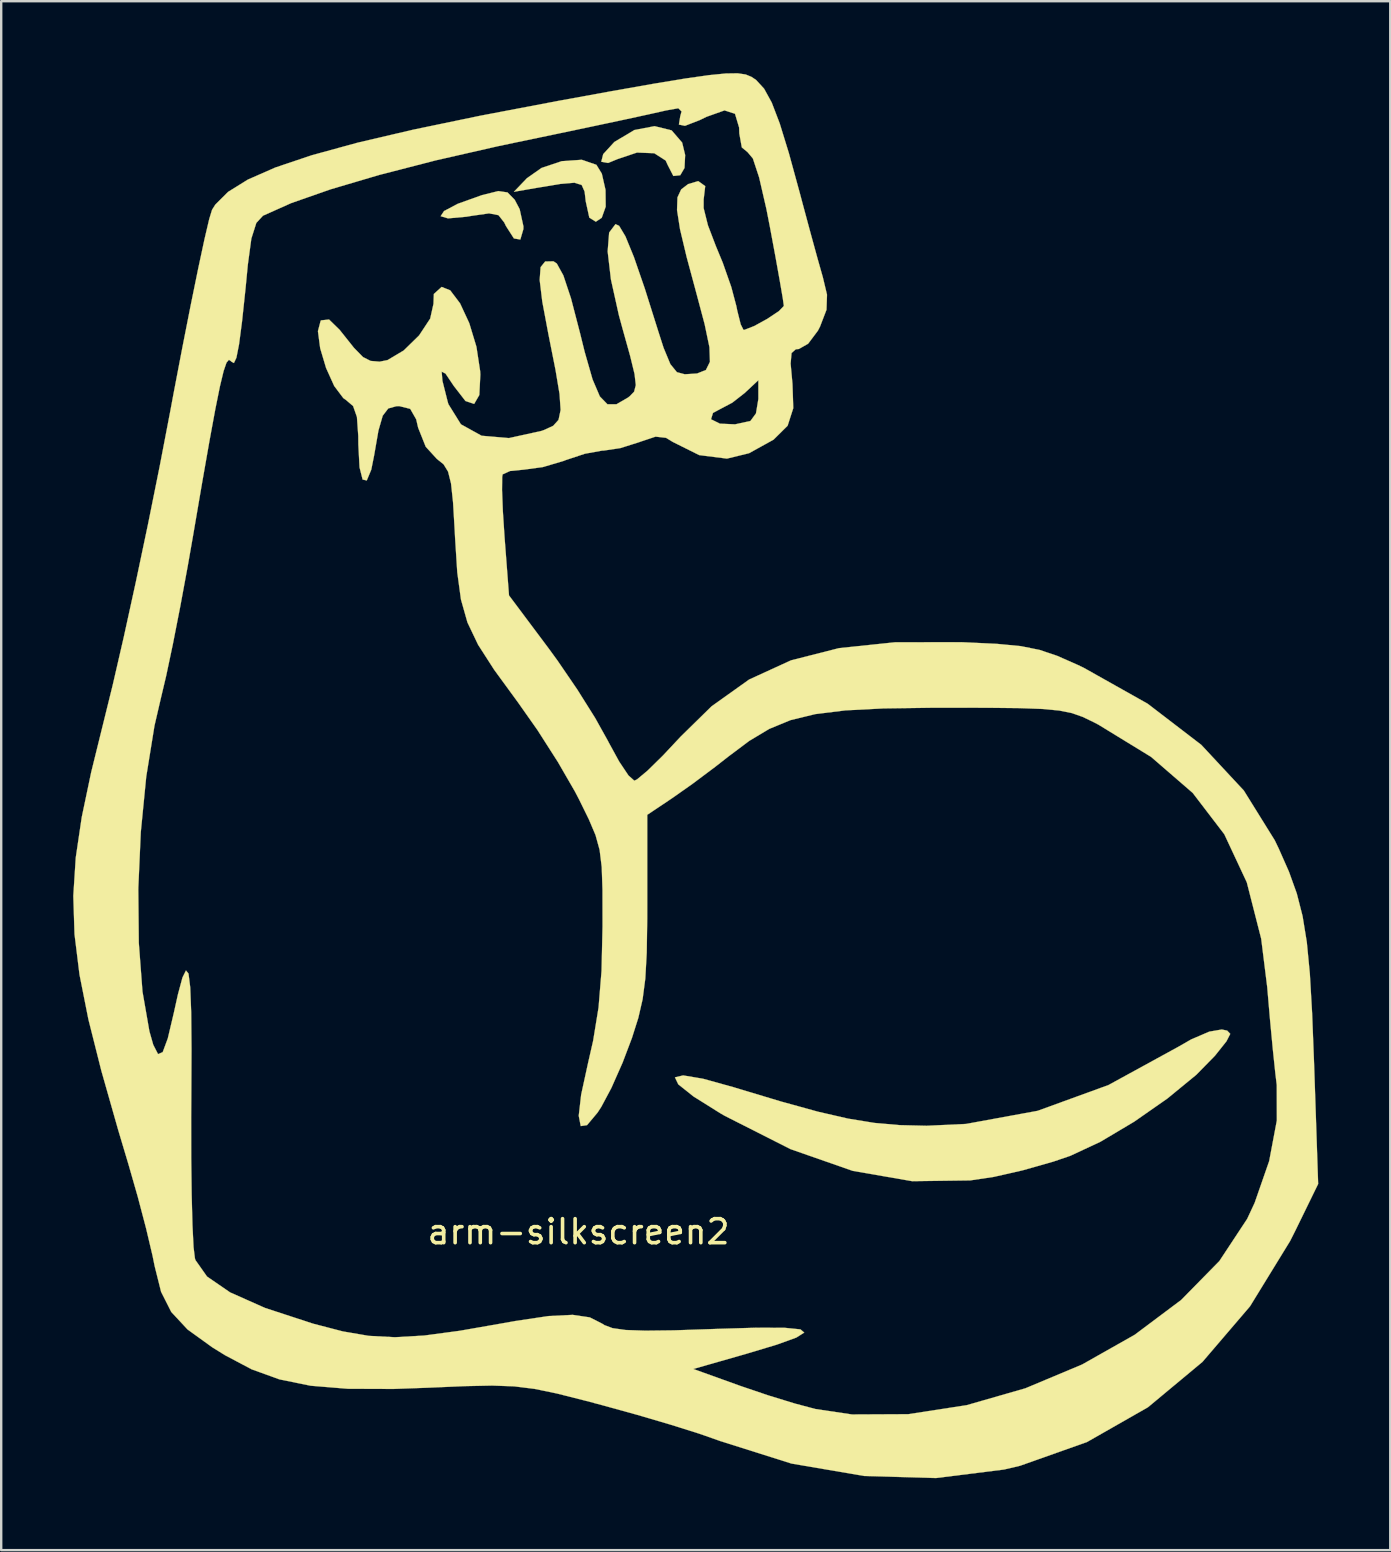
<source format=kicad_pcb>
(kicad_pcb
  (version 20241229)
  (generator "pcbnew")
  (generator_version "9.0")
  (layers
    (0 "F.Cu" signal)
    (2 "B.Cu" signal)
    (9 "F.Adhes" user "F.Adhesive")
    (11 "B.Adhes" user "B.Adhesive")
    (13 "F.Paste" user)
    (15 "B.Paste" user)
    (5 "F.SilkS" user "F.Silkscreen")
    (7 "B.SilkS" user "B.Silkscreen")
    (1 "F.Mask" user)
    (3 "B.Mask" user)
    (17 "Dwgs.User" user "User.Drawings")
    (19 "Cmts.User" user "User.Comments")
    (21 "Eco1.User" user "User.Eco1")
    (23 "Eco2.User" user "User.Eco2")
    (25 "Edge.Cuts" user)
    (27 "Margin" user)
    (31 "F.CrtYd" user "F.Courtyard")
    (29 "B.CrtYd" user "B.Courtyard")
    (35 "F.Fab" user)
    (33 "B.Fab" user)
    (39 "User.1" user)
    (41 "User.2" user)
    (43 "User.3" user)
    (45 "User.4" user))
  (footprint "arm-silkscreen2"
    (layer "F.Cu")
    (at 13.184 30.235)
    (property "Reference" "arm-silkscreen2" (at 7.874 18.042 180) (layer "F.SilkS") (effects (font (size 1 1) (thickness 0.15))))
    (attr through_hole)
    (fp_poly (pts (xy 7.177 -26.57) (xy 6.332 -26.287) (xy 5.726 -25.863) (xy 5.181 -25.293) (xy 6.107 -25.453) (xy 7.11 -25.62) (xy 7.705 -25.671) (xy 8.006 -25.575) (xy 8.127 -25.3) (xy 8.174 -24.895) (xy 8.323 -24.215) (xy 8.594 -24.046) (xy 8.841 -24.211) (xy 9.005 -24.673) (xy 8.998 -25.371) (xy 8.844 -26.049) (xy 8.618 -26.418) (xy 8.008 -26.627) (xy 7.177 -26.57)) (stroke (width 0.01) (type solid)) (fill yes) (layer "F.SilkS"))
    (fp_poly (pts (xy 10.202 -27.868) (xy 9.372 -27.373) (xy 9.362 -27.365) (xy 8.901 -26.862) (xy 8.821 -26.545) (xy 9.106 -26.494) (xy 9.506 -26.659) (xy 10.309 -26.928) (xy 11.029 -26.9) (xy 11.505 -26.595) (xy 11.586 -26.416) (xy 11.824 -25.952) (xy 12.112 -25.983) (xy 12.289 -26.286) (xy 12.316 -26.825) (xy 12.191 -27.344) (xy 11.752 -27.853) (xy 11.042 -28.028) (xy 10.202 -27.868)) (stroke (width 0.01) (type solid)) (fill yes) (layer "F.SilkS"))
    (fp_poly (pts (xy 3.862 -25.157) (xy 3.824 -25.145) (xy 2.84 -24.793) (xy 2.269 -24.491) (xy 2.128 -24.276) (xy 2.435 -24.185) (xy 3.209 -24.255) (xy 3.415 -24.29) (xy 4.144 -24.394) (xy 4.539 -24.318) (xy 4.78 -24.01) (xy 4.846 -23.871) (xy 5.181 -23.349) (xy 5.448 -23.304) (xy 5.575 -23.738) (xy 5.577 -23.852) (xy 5.42 -24.569) (xy 5.213 -24.962) (xy 4.915 -25.267) (xy 4.531 -25.323) (xy 3.862 -25.157)) (stroke (width 0.01) (type solid)) (fill yes) (layer "F.SilkS"))
    (fp_poly (pts (xy 34.157 9.703) (xy 33.408 10.024) (xy 32.884 10.325) (xy 29.957 11.928) (xy 27.003 13.003) (xy 24.021 13.549) (xy 22.378 13.626) (xy 21.258 13.599) (xy 20.205 13.507) (xy 19.106 13.328) (xy 17.849 13.039) (xy 16.322 12.618) (xy 14.411 12.043) (xy 14.358 12.026) (xy 13.057 11.665) (xy 12.233 11.527) (xy 11.89 11.608) (xy 12.03 11.9) (xy 12.654 12.398) (xy 13.765 13.095) (xy 13.965 13.211) (xy 16.706 14.599) (xy 19.296 15.504) (xy 21.778 15.935) (xy 24.194 15.902) (xy 25.17 15.757) (xy 26.38 15.482) (xy 27.658 15.119) (xy 28.367 14.877) (xy 29.624 14.29) (xy 31.028 13.455) (xy 32.413 12.488) (xy 33.616 11.501) (xy 34.393 10.708) (xy 34.871 10.108) (xy 35.031 9.796) (xy 34.903 9.661) (xy 34.678 9.614) (xy 34.157 9.703)) (stroke (width 0.01) (type solid)) (fill yes) (layer "F.SilkS"))
    (fp_poly (pts (xy 14.013 -30.223) (xy 13.305 -30.153) (xy 12.319 -30.013) (xy 10.995 -29.794) (xy 9.273 -29.49) (xy 7.094 -29.093) (xy 7.059 -29.087) (xy 3.777 -28.462) (xy 0.988 -27.882) (xy -1.342 -27.337) (xy -3.245 -26.815) (xy -4.756 -26.307) (xy -5.907 -25.801) (xy -6.731 -25.289) (xy -7.263 -24.758) (xy -7.398 -24.543) (xy -7.515 -24.16) (xy -7.711 -23.326) (xy -7.972 -22.11) (xy -8.285 -20.579) (xy -8.635 -18.804) (xy -9.008 -16.854) (xy -9.137 -16.161) (xy -9.579 -13.859) (xy -10.068 -11.434) (xy -10.577 -9.018) (xy -11.076 -6.74) (xy -11.539 -4.733) (xy -11.905 -3.249) (xy -12.434 -1.107) (xy -12.827 0.763) (xy -13.077 2.451) (xy -13.179 4.047) (xy -13.129 5.643) (xy -12.921 7.328) (xy -12.55 9.193) (xy -12.012 11.329) (xy -11.302 13.825) (xy -10.874 15.256) (xy -10.496 16.574) (xy -10.146 17.903) (xy -9.878 19.037) (xy -9.79 19.472) (xy -9.521 20.546) (xy -9.098 21.384) (xy -8.42 22.113) (xy -7.389 22.857) (xy -6.859 23.186) (xy -5.746 23.775) (xy -4.591 24.193) (xy -3.29 24.458) (xy -1.74 24.585) (xy 0.161 24.592) (xy 1.616 24.54) (xy 3.131 24.475) (xy 4.27 24.451) (xy 5.188 24.484) (xy 6.038 24.589) (xy 6.973 24.782) (xy 8.147 25.079) (xy 8.892 25.277) (xy 10.321 25.672) (xy 11.708 26.08) (xy 12.897 26.454) (xy 13.736 26.748) (xy 13.764 26.759) (xy 16.745 27.701) (xy 19.779 28.219) (xy 22.766 28.305) (xy 25.603 27.95) (xy 26.272 27.793) (xy 29.061 26.804) (xy 31.601 25.355) (xy 33.873 23.464) (xy 35.854 21.149) (xy 37.526 18.426) (xy 37.76 17.96) (xy 38.693 16.05) (xy 38.604 13.403) (xy 36.972 13.403) (xy 36.652 15.098) (xy 36.046 16.84) (xy 35.736 17.505) (xy 34.578 19.261) (xy 32.986 20.883) (xy 31.05 22.334) (xy 28.857 23.574) (xy 26.494 24.565) (xy 24.049 25.268) (xy 21.61 25.644) (xy 19.266 25.655) (xy 17.748 25.429) (xy 16.893 25.202) (xy 15.779 24.86) (xy 14.643 24.475) (xy 14.606 24.462) (xy 12.655 23.76) (xy 14.871 23.126) (xy 16.144 22.743) (xy 16.95 22.451) (xy 17.279 22.243) (xy 17.122 22.11) (xy 16.468 22.045) (xy 15.308 22.04) (xy 13.631 22.09) (xy 13.491 22.095) (xy 11.853 22.15) (xy 10.661 22.164) (xy 9.835 22.136) (xy 9.291 22.059) (xy 8.949 21.931) (xy 8.861 21.873) (xy 8.343 21.61) (xy 7.629 21.505) (xy 6.623 21.555) (xy 5.232 21.762) (xy 4.784 21.843) (xy 2.919 22.169) (xy 1.44 22.367) (xy 0.221 22.437) (xy -0.866 22.38) (xy -1.947 22.195) (xy -3.151 21.882) (xy -3.216 21.863) (xy -5.187 21.218) (xy -6.645 20.569) (xy -7.607 19.908) (xy -8.088 19.225) (xy -8.112 19.149) (xy -8.169 18.681) (xy -8.214 17.771) (xy -8.247 16.506) (xy -8.266 14.974) (xy -8.268 13.261) (xy -8.263 12.478) (xy -8.254 10.437) (xy -8.267 8.905) (xy -8.307 7.861) (xy -8.379 7.284) (xy -8.485 7.154) (xy -8.631 7.45) (xy -8.82 8.152) (xy -8.987 8.906) (xy -9.242 9.985) (xy -9.454 10.557) (xy -9.648 10.64) (xy -9.848 10.252) (xy -10.008 9.691) (xy -10.297 8.033) (xy -10.45 6.003) (xy -10.472 3.741) (xy -10.367 1.386) (xy -10.14 -0.924) (xy -9.796 -3.049) (xy -9.531 -4.191) (xy -9.31 -5.123) (xy -9.031 -6.443) (xy -8.722 -8.017) (xy -8.409 -9.71) (xy -8.194 -10.938) (xy -7.813 -13.164) (xy -7.505 -14.917) (xy -7.26 -16.246) (xy -7.067 -17.199) (xy -6.916 -17.825) (xy -6.796 -18.173) (xy -6.695 -18.292) (xy -6.604 -18.231) (xy -6.596 -18.218) (xy -6.487 -18.158) (xy -6.383 -18.379) (xy -6.273 -18.938) (xy -6.149 -19.886) (xy -6.001 -21.279) (xy -5.907 -22.256) (xy -5.76 -23.344) (xy -5.553 -23.996) (xy -5.277 -24.296) (xy -4.097 -24.823) (xy -2.459 -25.396) (xy -0.433 -25.995) (xy 1.913 -26.6) (xy 4.511 -27.192) (xy 5.181 -27.333) (xy 6.874 -27.686) (xy 8.434 -28.014) (xy 9.77 -28.298) (xy 10.793 -28.52) (xy 11.414 -28.659) (xy 11.508 -28.681) (xy 12.031 -28.774) (xy 12.167 -28.641) (xy 12.112 -28.44) (xy 12.056 -28.094) (xy 12.308 -28.042) (xy 12.925 -28.281) (xy 13.206 -28.418) (xy 13.957 -28.685) (xy 14.393 -28.544) (xy 14.565 -27.97) (xy 14.573 -27.723) (xy 14.677 -27.143) (xy 14.917 -26.945) (xy 15.138 -26.682) (xy 15.399 -25.892) (xy 15.702 -24.576) (xy 15.847 -23.836) (xy 16.075 -22.612) (xy 16.26 -21.58) (xy 16.385 -20.852) (xy 16.429 -20.536) (xy 16.222 -20.32) (xy 15.742 -20) (xy 15.196 -19.7) (xy 14.789 -19.541) (xy 14.748 -19.537) (xy 14.631 -19.768) (xy 14.487 -20.343) (xy 14.45 -20.529) (xy 14.238 -21.327) (xy 13.884 -22.335) (xy 13.595 -23.033) (xy 13.265 -23.897) (xy 13.086 -24.614) (xy 13.087 -24.975) (xy 13.152 -25.53) (xy 12.861 -25.738) (xy 12.441 -25.614) (xy 12.152 -25.394) (xy 11.996 -25.06) (xy 11.978 -24.532) (xy 12.103 -23.731) (xy 12.378 -22.576) (xy 12.759 -21.163) (xy 13.128 -19.777) (xy 13.328 -18.818) (xy 13.349 -18.208) (xy 13.181 -17.868) (xy 12.813 -17.721) (xy 12.3 -17.689) (xy 11.973 -17.776) (xy 11.7 -18.111) (xy 11.416 -18.795) (xy 11.199 -19.471) (xy 10.633 -21.265) (xy 10.18 -22.577) (xy 9.828 -23.436) (xy 9.565 -23.875) (xy 9.414 -23.945) (xy 9.149 -23.594) (xy 9.087 -22.809) (xy 9.223 -21.643) (xy 9.555 -20.149) (xy 9.701 -19.613) (xy 10.024 -18.455) (xy 10.208 -17.699) (xy 10.26 -17.237) (xy 10.189 -16.963) (xy 10.003 -16.771) (xy 9.923 -16.711) (xy 9.452 -16.439) (xy 9.079 -16.439) (xy 8.761 -16.766) (xy 8.458 -17.475) (xy 8.129 -18.622) (xy 7.935 -19.407) (xy 7.559 -20.853) (xy 7.241 -21.808) (xy 6.967 -22.305) (xy 6.829 -22.396) (xy 6.483 -22.389) (xy 6.293 -22.153) (xy 6.254 -21.619) (xy 6.363 -20.717) (xy 6.615 -19.376) (xy 6.628 -19.31) (xy 6.914 -17.874) (xy 7.082 -16.867) (xy 7.127 -16.202) (xy 7.04 -15.789) (xy 6.817 -15.542) (xy 6.45 -15.372) (xy 6.332 -15.329) (xy 4.973 -15.03) (xy 3.833 -15.128) (xy 2.972 -15.605) (xy 2.451 -16.443) (xy 2.42 -16.548) (xy 2.202 -17.415) (xy 2.17 -17.8) (xy 2.33 -17.717) (xy 2.676 -17.202) (xy 3.162 -16.575) (xy 3.524 -16.454) (xy 3.739 -16.825) (xy 3.782 -17.676) (xy 3.774 -17.819) (xy 3.619 -18.835) (xy 3.321 -19.818) (xy 2.937 -20.644) (xy 2.526 -21.187) (xy 2.169 -21.329) (xy 1.844 -21.035) (xy 1.829 -20.624) (xy 1.692 -20.009) (xy 1.23 -19.309) (xy 0.588 -18.681) (xy -0.086 -18.28) (xy -0.417 -18.214) (xy -0.792 -18.246) (xy -1.107 -18.406) (xy -1.486 -18.793) (xy -2.052 -19.504) (xy -2.077 -19.537) (xy -2.522 -19.971) (xy -2.853 -19.936) (xy -2.872 -19.919) (xy -2.986 -19.487) (xy -2.892 -18.773) (xy -2.647 -17.952) (xy -2.307 -17.2) (xy -1.927 -16.695) (xy -1.822 -16.622) (xy -1.52 -16.364) (xy -1.361 -15.91) (xy -1.305 -15.117) (xy -1.302 -14.765) (xy -1.252 -13.811) (xy -1.124 -13.303) (xy -0.951 -13.264) (xy -0.763 -13.715) (xy -0.644 -14.311) (xy -0.464 -15.347) (xy -0.286 -15.963) (xy -0.055 -16.265) (xy 0.282 -16.358) (xy 0.406 -16.362) (xy 0.86 -16.248) (xy 1.109 -15.811) (xy 1.19 -15.462) (xy 1.506 -14.669) (xy 1.974 -14.158) (xy 2.25 -13.937) (xy 2.437 -13.632) (xy 2.561 -13.137) (xy 2.645 -12.346) (xy 2.715 -11.151) (xy 2.728 -10.891) (xy 2.82 -9.437) (xy 2.974 -8.304) (xy 3.245 -7.347) (xy 3.688 -6.419) (xy 4.359 -5.375) (xy 5.311 -4.071) (xy 5.321 -4.059) (xy 6.162 -2.864) (xy 7.011 -1.536) (xy 7.721 -0.308) (xy 7.897 0.029) (xy 8.305 0.86) (xy 8.582 1.514) (xy 8.752 2.13) (xy 8.84 2.846) (xy 8.872 3.798) (xy 8.874 5.124) (xy 8.874 5.321) (xy 8.832 7.172) (xy 8.708 8.695) (xy 8.481 10.088) (xy 8.272 11.003) (xy 7.983 12.327) (xy 7.882 13.21) (xy 7.965 13.639) (xy 8.227 13.6) (xy 8.665 13.078) (xy 8.821 12.839) (xy 9.241 12.052) (xy 9.709 10.995) (xy 10.1 9.964) (xy 10.364 9.131) (xy 10.544 8.351) (xy 10.656 7.491) (xy 10.715 6.417) (xy 10.736 4.994) (xy 10.737 4.391) (xy 10.737 0.669) (xy 11.795 -0.04) (xy 12.623 -0.623) (xy 13.583 -1.342) (xy 14.113 -1.757) (xy 14.988 -2.413) (xy 15.823 -2.913) (xy 16.708 -3.278) (xy 17.736 -3.528) (xy 18.996 -3.684) (xy 20.579 -3.765) (xy 22.576 -3.793) (xy 23.172 -3.794) (xy 24.925 -3.792) (xy 26.239 -3.778) (xy 27.202 -3.743) (xy 27.904 -3.677) (xy 28.434 -3.57) (xy 28.882 -3.412) (xy 29.337 -3.193) (xy 29.538 -3.088) (xy 31.733 -1.744) (xy 33.467 -0.243) (xy 34.783 1.478) (xy 35.72 3.482) (xy 36.32 5.832) (xy 36.571 7.848) (xy 36.685 9.175) (xy 36.804 10.435) (xy 36.911 11.456) (xy 36.968 11.927) (xy 36.972 13.403) (xy 38.604 13.403) (xy 38.523 11.023) (xy 38.442 8.94) (xy 38.347 7.288) (xy 38.22 5.97) (xy 38.044 4.888) (xy 37.802 3.943) (xy 37.477 3.039) (xy 37.051 2.076) (xy 36.885 1.73) (xy 35.596 -0.344) (xy 33.823 -2.248) (xy 31.589 -3.961) (xy 28.919 -5.462) (xy 28.647 -5.591) (xy 27.815 -5.958) (xy 27.083 -6.204) (xy 26.298 -6.361) (xy 25.305 -6.456) (xy 23.952 -6.52) (xy 23.798 -6.526) (xy 21.058 -6.521) (xy 18.726 -6.277) (xy 16.726 -5.768) (xy 14.982 -4.969) (xy 13.419 -3.855) (xy 12.135 -2.597) (xy 11.383 -1.795) (xy 10.745 -1.169) (xy 10.312 -0.808) (xy 10.198 -0.754) (xy 9.953 -0.973) (xy 9.568 -1.549) (xy 9.123 -2.362) (xy 9.102 -2.405) (xy 8.566 -3.367) (xy 7.825 -4.547) (xy 7.003 -5.751) (xy 6.628 -6.266) (xy 4.976 -8.474) (xy 4.791 -10.896) (xy 4.72 -11.982) (xy 4.686 -12.864) (xy 4.692 -13.411) (xy 4.711 -13.518) (xy 5.021 -13.659) (xy 5.602 -13.716) (xy 6.388 -13.822) (xy 7.256 -14.08) (xy 7.338 -14.113) (xy 8.138 -14.378) (xy 8.85 -14.507) (xy 8.926 -14.51) (xy 9.617 -14.613) (xy 10.406 -14.862) (xy 10.432 -14.873) (xy 11.083 -15.09) (xy 11.52 -15.041) (xy 11.8 -14.87) (xy 12.901 -14.321) (xy 14.057 -14.175) (xy 14.979 -14.4) (xy 15.999 -14.964) (xy 16.586 -15.545) (xy 16.821 -16.275) (xy 16.809 -16.659) (xy 15.367 -16.659) (xy 15.267 -16.058) (xy 15.036 -15.743) (xy 14.395 -15.603) (xy 13.764 -15.631) (xy 13.394 -15.814) (xy 13.476 -16.078) (xy 13.729 -16.214) (xy 14.281 -16.506) (xy 14.791 -16.904) (xy 15.367 -17.441) (xy 15.367 -16.659) (xy 16.809 -16.659) (xy 16.788 -17.288) (xy 16.787 -17.299) (xy 16.711 -18.136) (xy 16.75 -18.574) (xy 16.927 -18.731) (xy 17.055 -18.743) (xy 17.44 -18.962) (xy 17.849 -19.507) (xy 17.937 -19.677) (xy 18.206 -20.378) (xy 18.227 -21.006) (xy 18.055 -21.727) (xy 17.836 -22.5) (xy 17.537 -23.59) (xy 17.21 -24.803) (xy 17.098 -25.225) (xy 16.638 -26.904) (xy 16.257 -28.141) (xy 15.924 -29.011) (xy 15.606 -29.589) (xy 15.273 -29.952) (xy 15.078 -30.083) (xy 14.839 -30.181) (xy 14.505 -30.23) (xy 14.013 -30.223)) (stroke (width 0.01) (type solid)) (fill yes) (layer "F.SilkS")))
  (gr_rect
    (start -3 -3)
    (end 54.882 61.545)
    (stroke (width 0.1) (type default))
    (fill no)
    (layer "Edge.Cuts")))
</source>
